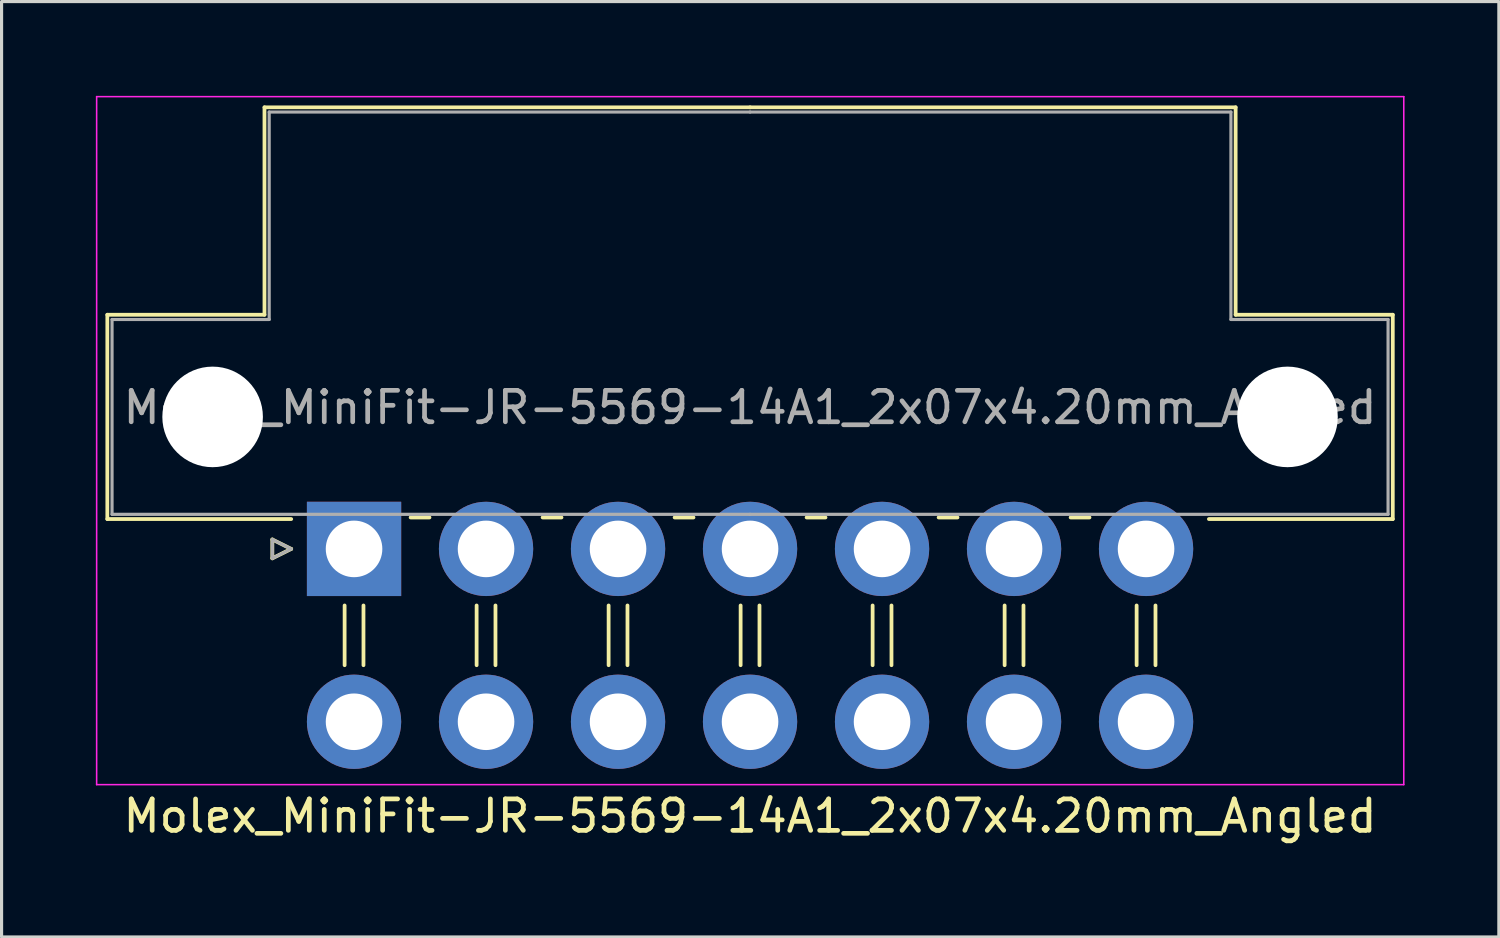
<source format=kicad_pcb>
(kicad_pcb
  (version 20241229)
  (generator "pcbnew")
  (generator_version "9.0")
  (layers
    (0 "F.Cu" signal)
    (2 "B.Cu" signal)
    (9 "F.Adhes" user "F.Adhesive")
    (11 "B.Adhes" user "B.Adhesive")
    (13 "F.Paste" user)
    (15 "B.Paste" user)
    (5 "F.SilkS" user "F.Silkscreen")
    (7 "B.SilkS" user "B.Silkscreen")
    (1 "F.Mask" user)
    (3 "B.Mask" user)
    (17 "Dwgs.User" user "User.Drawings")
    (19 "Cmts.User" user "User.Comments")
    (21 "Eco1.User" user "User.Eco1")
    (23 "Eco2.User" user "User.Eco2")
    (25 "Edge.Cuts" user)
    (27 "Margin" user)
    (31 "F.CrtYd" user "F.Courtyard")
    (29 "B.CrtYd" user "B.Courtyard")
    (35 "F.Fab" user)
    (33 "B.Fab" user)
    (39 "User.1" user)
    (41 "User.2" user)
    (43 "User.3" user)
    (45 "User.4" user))
  (footprint "Molex_MiniFit-JR-5569-14A1_2x07x4.20mm_Angled"
    (layer "F.Cu")
    (at 8.215 14.415)
    (property "Reference" "Molex_MiniFit-JR-5569-14A1_2x07x4.20mm_Angled" (at 12.6 8.5 0) (layer "F.SilkS") (effects (font (size 1 1) (thickness 0.15))))
    (attr through_hole)
    (fp_line (start -7.85 -7.45) (end -7.85 -0.95) (stroke (width 0.12) (type solid)) (layer "F.SilkS"))
    (fp_line (start -7.85 -0.95) (end -2 -0.95) (stroke (width 0.12) (type solid)) (layer "F.SilkS"))
    (fp_line (start -2.85 -14.05) (end -2.85 -7.45) (stroke (width 0.12) (type solid)) (layer "F.SilkS"))
    (fp_line (start -2.85 -7.45) (end -7.85 -7.45) (stroke (width 0.12) (type solid)) (layer "F.SilkS"))
    (fp_line (start -2.6 -0.3) (end -2 0) (stroke (width 0.12) (type solid)) (layer "F.SilkS"))
    (fp_line (start -2.6 0.3) (end -2.6 -0.3) (stroke (width 0.12) (type solid)) (layer "F.SilkS"))
    (fp_line (start -2 0) (end -2.6 0.3) (stroke (width 0.12) (type solid)) (layer "F.SilkS"))
    (fp_line (start -0.3 1.8) (end -0.3 3.7) (stroke (width 0.12) (type solid)) (layer "F.SilkS"))
    (fp_line (start 0.3 1.8) (end 0.3 3.7) (stroke (width 0.12) (type solid)) (layer "F.SilkS"))
    (fp_line (start 1.8 -1) (end 2.4 -1) (stroke (width 0.12) (type solid)) (layer "F.SilkS"))
    (fp_line (start 3.9 1.8) (end 3.9 3.7) (stroke (width 0.12) (type solid)) (layer "F.SilkS"))
    (fp_line (start 4.5 1.8) (end 4.5 3.7) (stroke (width 0.12) (type solid)) (layer "F.SilkS"))
    (fp_line (start 6 -1) (end 6.6 -1) (stroke (width 0.12) (type solid)) (layer "F.SilkS"))
    (fp_line (start 8.1 1.8) (end 8.1 3.7) (stroke (width 0.12) (type solid)) (layer "F.SilkS"))
    (fp_line (start 8.7 1.8) (end 8.7 3.7) (stroke (width 0.12) (type solid)) (layer "F.SilkS"))
    (fp_line (start 10.2 -1) (end 10.8 -1) (stroke (width 0.12) (type solid)) (layer "F.SilkS"))
    (fp_line (start 12.3 1.8) (end 12.3 3.7) (stroke (width 0.12) (type solid)) (layer "F.SilkS"))
    (fp_line (start 12.6 -14.05) (end -2.85 -14.05) (stroke (width 0.12) (type solid)) (layer "F.SilkS"))
    (fp_line (start 12.6 -14.05) (end 28.05 -14.05) (stroke (width 0.12) (type solid)) (layer "F.SilkS"))
    (fp_line (start 12.9 1.8) (end 12.9 3.7) (stroke (width 0.12) (type solid)) (layer "F.SilkS"))
    (fp_line (start 14.4 -1) (end 15 -1) (stroke (width 0.12) (type solid)) (layer "F.SilkS"))
    (fp_line (start 16.5 1.8) (end 16.5 3.7) (stroke (width 0.12) (type solid)) (layer "F.SilkS"))
    (fp_line (start 17.1 1.8) (end 17.1 3.7) (stroke (width 0.12) (type solid)) (layer "F.SilkS"))
    (fp_line (start 18.6 -1) (end 19.2 -1) (stroke (width 0.12) (type solid)) (layer "F.SilkS"))
    (fp_line (start 20.7 1.8) (end 20.7 3.7) (stroke (width 0.12) (type solid)) (layer "F.SilkS"))
    (fp_line (start 21.3 1.8) (end 21.3 3.7) (stroke (width 0.12) (type solid)) (layer "F.SilkS"))
    (fp_line (start 22.8 -1) (end 23.4 -1) (stroke (width 0.12) (type solid)) (layer "F.SilkS"))
    (fp_line (start 24.9 1.8) (end 24.9 3.7) (stroke (width 0.12) (type solid)) (layer "F.SilkS"))
    (fp_line (start 25.5 1.8) (end 25.5 3.7) (stroke (width 0.12) (type solid)) (layer "F.SilkS"))
    (fp_line (start 28.05 -14.05) (end 28.05 -7.45) (stroke (width 0.12) (type solid)) (layer "F.SilkS"))
    (fp_line (start 28.05 -7.45) (end 33.05 -7.45) (stroke (width 0.12) (type solid)) (layer "F.SilkS"))
    (fp_line (start 33.05 -7.45) (end 33.05 -0.95) (stroke (width 0.12) (type solid)) (layer "F.SilkS"))
    (fp_line (start 33.05 -0.95) (end 27.2 -0.95) (stroke (width 0.12) (type solid)) (layer "F.SilkS"))
    (fp_line (start -8.19 -14.39) (end -8.19 7.5) (stroke (width 0.05) (type solid)) (layer "F.CrtYd"))
    (fp_line (start -8.19 7.5) (end 33.4 7.5) (stroke (width 0.05) (type solid)) (layer "F.CrtYd"))
    (fp_line (start 33.4 -14.39) (end -8.19 -14.39) (stroke (width 0.05) (type solid)) (layer "F.CrtYd"))
    (fp_line (start 33.4 7.5) (end 33.4 -14.39) (stroke (width 0.05) (type solid)) (layer "F.CrtYd"))
    (fp_line (start -7.7 -7.3) (end -7.7 -1.1) (stroke (width 0.1) (type solid)) (layer "F.Fab"))
    (fp_line (start -7.7 -1.1) (end 12.6 -1.1) (stroke (width 0.1) (type solid)) (layer "F.Fab"))
    (fp_line (start -2.7 -13.9) (end -2.7 -7.3) (stroke (width 0.1) (type solid)) (layer "F.Fab"))
    (fp_line (start -2.7 -7.3) (end -7.7 -7.3) (stroke (width 0.1) (type solid)) (layer "F.Fab"))
    (fp_line (start -2.6 -0.3) (end -2 0) (stroke (width 0.1) (type solid)) (layer "F.Fab"))
    (fp_line (start -2.6 0.3) (end -2.6 -0.3) (stroke (width 0.1) (type solid)) (layer "F.Fab"))
    (fp_line (start -2 0) (end -2.6 0.3) (stroke (width 0.1) (type solid)) (layer "F.Fab"))
    (fp_line (start 12.6 -13.9) (end -2.7 -13.9) (stroke (width 0.1) (type solid)) (layer "F.Fab"))
    (fp_line (start 12.6 -13.9) (end 27.9 -13.9) (stroke (width 0.1) (type solid)) (layer "F.Fab"))
    (fp_line (start 27.9 -13.9) (end 27.9 -7.3) (stroke (width 0.1) (type solid)) (layer "F.Fab"))
    (fp_line (start 27.9 -7.3) (end 32.9 -7.3) (stroke (width 0.1) (type solid)) (layer "F.Fab"))
    (fp_line (start 32.9 -7.3) (end 32.9 -1.1) (stroke (width 0.1) (type solid)) (layer "F.Fab"))
    (fp_line (start 32.9 -1.1) (end 12.6 -1.1) (stroke (width 0.1) (type solid)) (layer "F.Fab"))
    (fp_text user "${REFERENCE}" (at 12.6 -4.5 0) (layer "F.Fab") (effects (font (size 1 1) (thickness 0.15))))
    (pad "" np_thru_hole circle (at -4.5 -4.2) (size 3.2 3.2) (drill 3.2) (layers "*.Cu" "*.Mask"))
    (pad "" np_thru_hole circle (at 29.7 -4.2) (size 3.2 3.2) (drill 3.2) (layers "*.Cu" "*.Mask"))
    (pad "1" thru_hole rect (at 0 0) (size 3 3) (drill 1.8) (layers "*.Cu" "*.Mask"))
    (pad "2" thru_hole circle (at 4.2 0) (size 3 3) (drill 1.8) (layers "*.Cu" "*.Mask"))
    (pad "3" thru_hole circle (at 8.4 0) (size 3 3) (drill 1.8) (layers "*.Cu" "*.Mask"))
    (pad "4" thru_hole circle (at 12.6 0) (size 3 3) (drill 1.8) (layers "*.Cu" "*.Mask"))
    (pad "5" thru_hole circle (at 16.8 0) (size 3 3) (drill 1.8) (layers "*.Cu" "*.Mask"))
    (pad "6" thru_hole circle (at 21 0) (size 3 3) (drill 1.8) (layers "*.Cu" "*.Mask"))
    (pad "7" thru_hole circle (at 25.2 0) (size 3 3) (drill 1.8) (layers "*.Cu" "*.Mask"))
    (pad "8" thru_hole circle (at 0 5.5) (size 3 3) (drill 1.8) (layers "*.Cu" "*.Mask"))
    (pad "9" thru_hole circle (at 4.2 5.5) (size 3 3) (drill 1.8) (layers "*.Cu" "*.Mask"))
    (pad "10" thru_hole circle (at 8.4 5.5) (size 3 3) (drill 1.8) (layers "*.Cu" "*.Mask"))
    (pad "11" thru_hole circle (at 12.6 5.5) (size 3 3) (drill 1.8) (layers "*.Cu" "*.Mask"))
    (pad "12" thru_hole circle (at 16.8 5.5) (size 3 3) (drill 1.8) (layers "*.Cu" "*.Mask"))
    (pad "13" thru_hole circle (at 21 5.5) (size 3 3) (drill 1.8) (layers "*.Cu" "*.Mask"))
    (pad "14" thru_hole circle (at 25.2 5.5) (size 3 3) (drill 1.8) (layers "*.Cu" "*.Mask")))
  (gr_rect
    (start -3 -3)
    (end 44.64 26.763)
    (stroke (width 0.1) (type default))
    (fill no)
    (layer "Edge.Cuts")))
</source>
